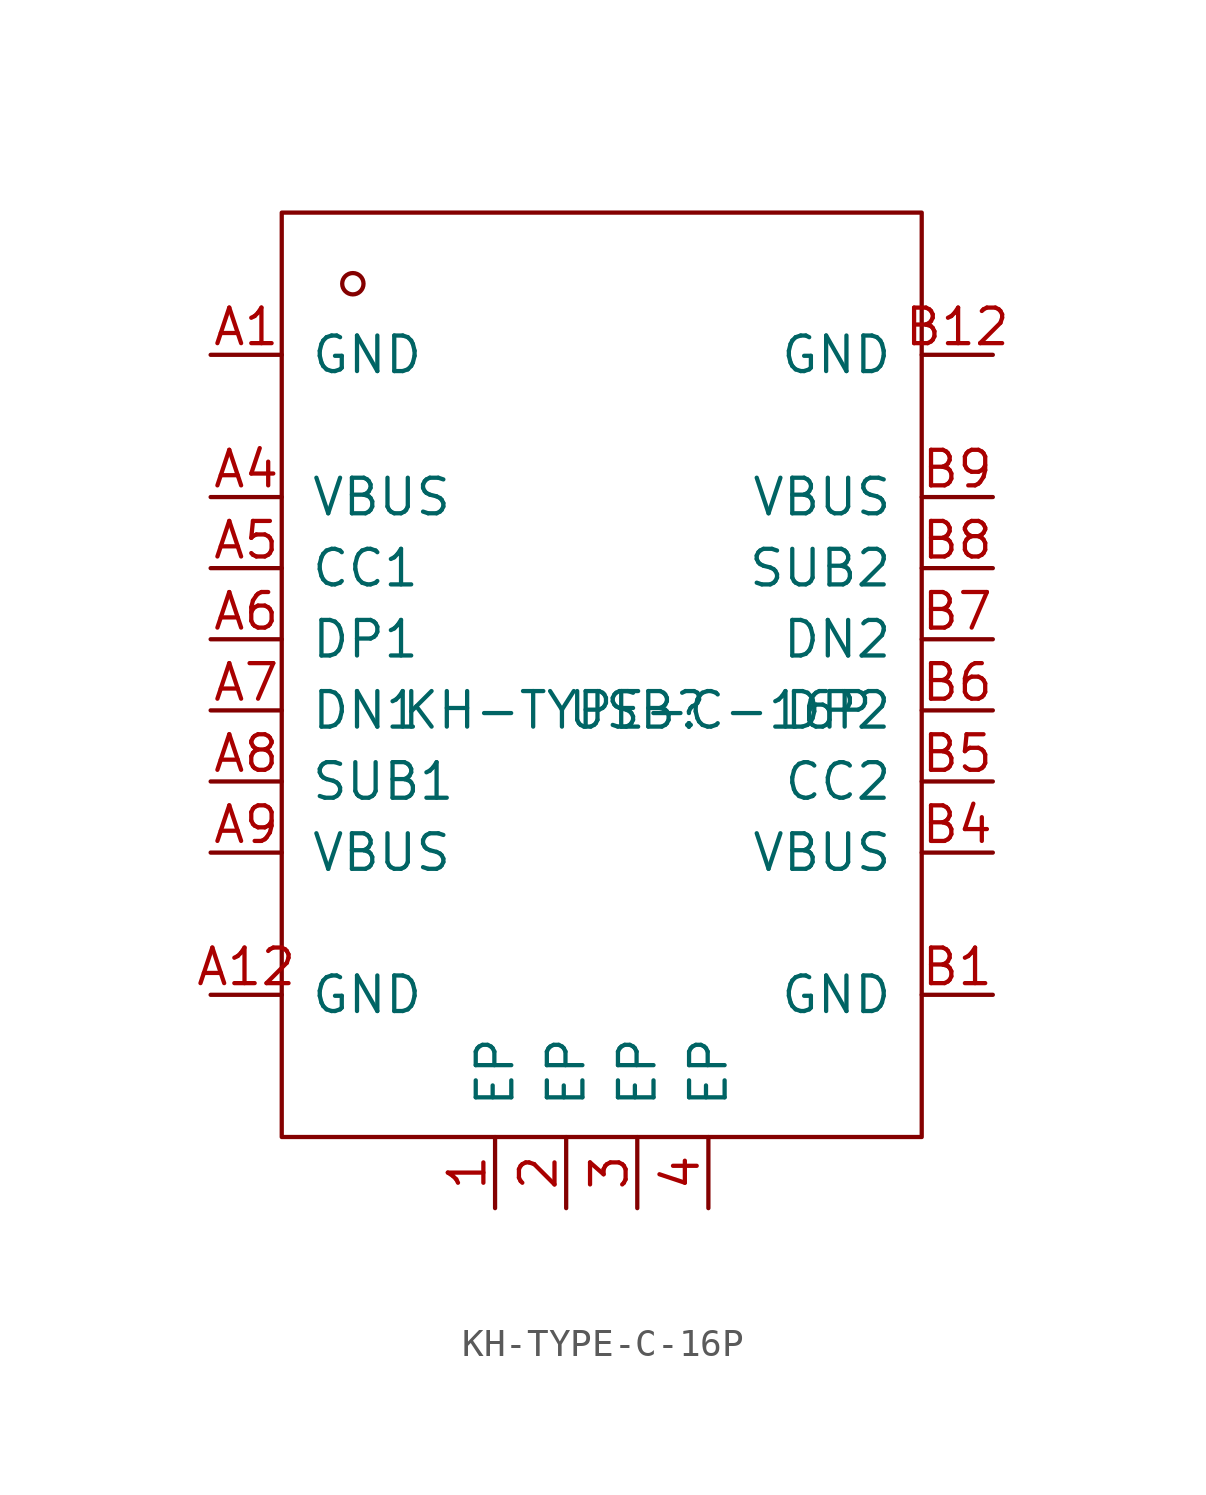
<source format=kicad_sym>
(kicad_symbol_lib
  (version 20211014)
  (generator kicad_symbol_editor)
  (symbol "KH-TYPE-C-16P"
    (pin_names
      (offset 1.016))
    (property "Reference" "USB"
      (at 0 0 0)
      (effects (font (size 1.27 1.27))))
    (property "Value" "KH-TYPE-C-16P"
      (at 0 0 0)
      (effects (font (size 1.27 1.27))))
    (symbol "KH-TYPE-C-16P_1_1"
      (rectangle (start -12.7 -15.24) (end 10.16 17.78) (stroke (width 0) (type default) (color 0 0 0 0)) (fill (type none)))
      (circle (center -10.16 15.24) (radius 0.381) (stroke (width 0) (type default) (color 0 0 0 0)) (fill (type none)))
      (pin input line (at -5.08 -17.78 90) (length 2.54) (name "EP" (effects (font (size 1.27 1.27)))) (number "1" (effects (font (size 1.27 1.27)))))
      (pin input line (at -2.54 -17.78 90) (length 2.54) (name "EP" (effects (font (size 1.27 1.27)))) (number "2" (effects (font (size 1.27 1.27)))))
      (pin input line (at 0 -17.78 90) (length 2.54) (name "EP" (effects (font (size 1.27 1.27)))) (number "3" (effects (font (size 1.27 1.27)))))
      (pin input line (at 2.54 -17.78 90) (length 2.54) (name "EP" (effects (font (size 1.27 1.27)))) (number "4" (effects (font (size 1.27 1.27)))))
      (pin input line (at -15.24 12.7 0) (length 2.54) (name "GND" (effects (font (size 1.27 1.27)))) (number "A1" (effects (font (size 1.27 1.27)))))
      (pin input line (at -15.24 -10.16 0) (length 2.54) (name "GND" (effects (font (size 1.27 1.27)))) (number "A12" (effects (font (size 1.27 1.27)))))
      (pin input line (at -15.24 7.62 0) (length 2.54) (name "VBUS" (effects (font (size 1.27 1.27)))) (number "A4" (effects (font (size 1.27 1.27)))))
      (pin input line (at -15.24 5.08 0) (length 2.54) (name "CC1" (effects (font (size 1.27 1.27)))) (number "A5" (effects (font (size 1.27 1.27)))))
      (pin input line (at -15.24 2.54 0) (length 2.54) (name "DP1" (effects (font (size 1.27 1.27)))) (number "A6" (effects (font (size 1.27 1.27)))))
      (pin input line (at -15.24 0 0) (length 2.54) (name "DN1" (effects (font (size 1.27 1.27)))) (number "A7" (effects (font (size 1.27 1.27)))))
      (pin input line (at -15.24 -2.54 0) (length 2.54) (name "SUB1" (effects (font (size 1.27 1.27)))) (number "A8" (effects (font (size 1.27 1.27)))))
      (pin input line (at -15.24 -5.08 0) (length 2.54) (name "VBUS" (effects (font (size 1.27 1.27)))) (number "A9" (effects (font (size 1.27 1.27)))))
      (pin input line (at 12.7 -10.16 180) (length 2.54) (name "GND" (effects (font (size 1.27 1.27)))) (number "B1" (effects (font (size 1.27 1.27)))))
      (pin input line (at 12.7 12.7 180) (length 2.54) (name "GND" (effects (font (size 1.27 1.27)))) (number "B12" (effects (font (size 1.27 1.27)))))
      (pin input line (at 12.7 -5.08 180) (length 2.54) (name "VBUS" (effects (font (size 1.27 1.27)))) (number "B4" (effects (font (size 1.27 1.27)))))
      (pin input line (at 12.7 -2.54 180) (length 2.54) (name "CC2" (effects (font (size 1.27 1.27)))) (number "B5" (effects (font (size 1.27 1.27)))))
      (pin input line (at 12.7 0 180) (length 2.54) (name "DP2" (effects (font (size 1.27 1.27)))) (number "B6" (effects (font (size 1.27 1.27)))))
      (pin input line (at 12.7 2.54 180) (length 2.54) (name "DN2" (effects (font (size 1.27 1.27)))) (number "B7" (effects (font (size 1.27 1.27)))))
      (pin input line (at 12.7 5.08 180) (length 2.54) (name "SUB2" (effects (font (size 1.27 1.27)))) (number "B8" (effects (font (size 1.27 1.27)))))
      (pin input line (at 12.7 7.62 180) (length 2.54) (name "VBUS" (effects (font (size 1.27 1.27)))) (number "B9" (effects (font (size 1.27 1.27))))))))
</source>
